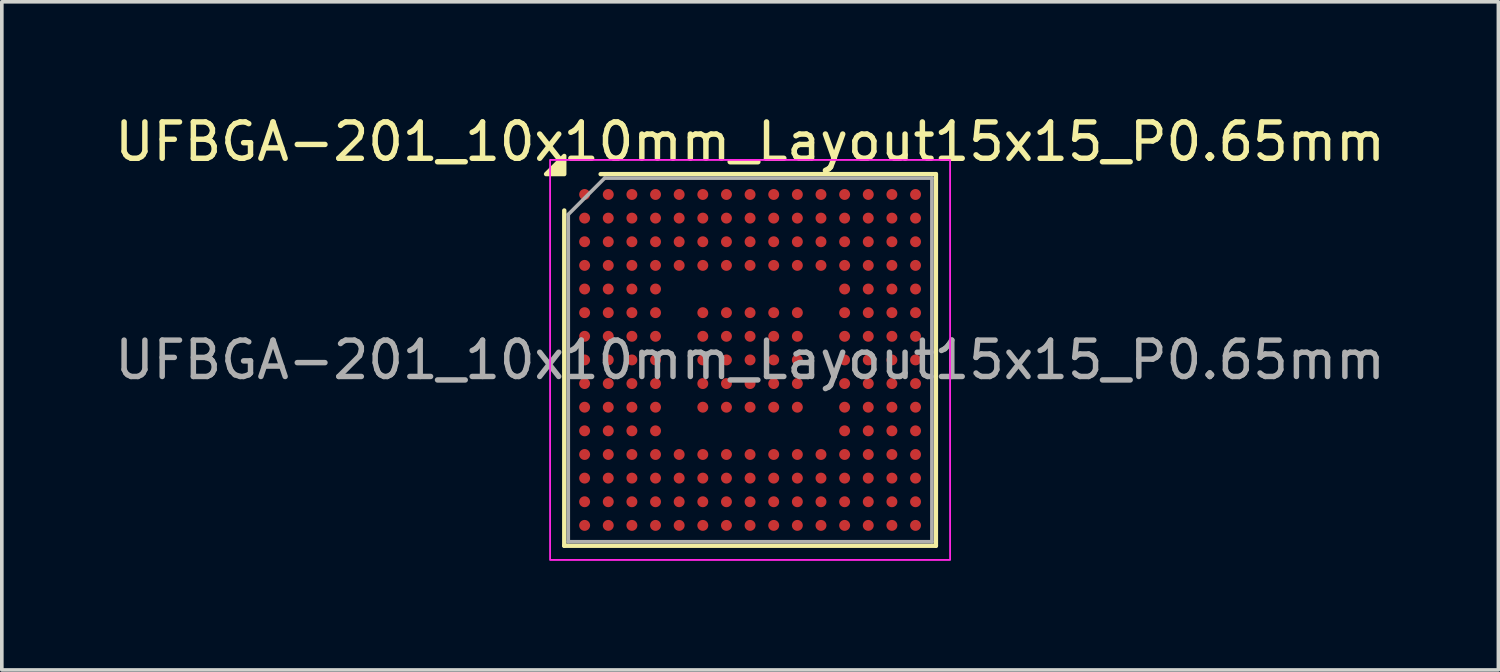
<source format=kicad_pcb>
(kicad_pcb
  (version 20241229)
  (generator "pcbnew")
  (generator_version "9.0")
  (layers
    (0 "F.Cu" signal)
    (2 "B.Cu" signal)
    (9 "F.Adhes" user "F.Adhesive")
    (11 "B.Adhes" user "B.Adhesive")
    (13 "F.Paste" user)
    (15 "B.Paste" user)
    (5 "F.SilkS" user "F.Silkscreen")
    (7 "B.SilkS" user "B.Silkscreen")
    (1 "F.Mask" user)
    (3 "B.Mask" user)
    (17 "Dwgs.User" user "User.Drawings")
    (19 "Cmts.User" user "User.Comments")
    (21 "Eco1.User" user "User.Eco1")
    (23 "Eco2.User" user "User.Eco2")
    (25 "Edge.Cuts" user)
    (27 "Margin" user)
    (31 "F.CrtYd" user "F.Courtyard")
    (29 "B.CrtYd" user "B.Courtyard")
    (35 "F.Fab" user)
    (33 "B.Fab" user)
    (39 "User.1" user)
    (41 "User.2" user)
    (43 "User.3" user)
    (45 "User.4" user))
  (footprint "UFBGA-201_10x10mm_Layout15x15_P0.65mm"
    (layer "F.Cu")
    (at 17.577 6.848)
    (property "Reference" "UFBGA-201_10x10mm_Layout15x15_P0.65mm" (at 0 -6 0) (layer "F.SilkS") (effects (font (size 1 1) (thickness 0.15))))
    (attr smd)
    (fp_line (start -5.11 5.11) (end -5.11 -4.11) (stroke (width 0.12) (type solid)) (layer "F.SilkS"))
    (fp_line (start -4.11 -5.11) (end 5.11 -5.11) (stroke (width 0.12) (type solid)) (layer "F.SilkS"))
    (fp_line (start 5.11 -5.11) (end 5.11 5.11) (stroke (width 0.12) (type solid)) (layer "F.SilkS"))
    (fp_line (start 5.11 5.11) (end -5.11 5.11) (stroke (width 0.12) (type solid)) (layer "F.SilkS"))
    (fp_poly (pts (xy -5.11 -5.11) (xy -5.61 -5.11) (xy -5.11 -5.61) (xy -5.11 -5.11)) (stroke (width 0.12) (type solid)) (fill yes) (layer "F.SilkS"))
    (fp_rect (start -5.5 -5.5) (end 5.5 5.5) (stroke (width 0.05) (type default)) (fill no) (layer "F.CrtYd"))
    (fp_line (start -5 -4) (end -4 -5) (stroke (width 0.1) (type solid)) (layer "F.Fab"))
    (fp_line (start -5 5) (end -5 -4) (stroke (width 0.1) (type solid)) (layer "F.Fab"))
    (fp_line (start -4 -5) (end 5 -5) (stroke (width 0.1) (type solid)) (layer "F.Fab"))
    (fp_line (start 5 -5) (end 5 5) (stroke (width 0.1) (type solid)) (layer "F.Fab"))
    (fp_line (start 5 5) (end -5 5) (stroke (width 0.1) (type solid)) (layer "F.Fab"))
    (fp_text user "${REFERENCE}" (at 0 0 0) (layer "F.Fab") (effects (font (size 1 1) (thickness 0.15))))
    (pad "A1" smd circle (at -4.55 -4.55) (size 0.3 0.3) (property pad_prop_bga) (layers "F.Cu" "F.Mask" "F.Paste"))
    (pad "A2" smd circle (at -3.9 -4.55) (size 0.3 0.3) (property pad_prop_bga) (layers "F.Cu" "F.Mask" "F.Paste"))
    (pad "A3" smd circle (at -3.25 -4.55) (size 0.3 0.3) (property pad_prop_bga) (layers "F.Cu" "F.Mask" "F.Paste"))
    (pad "A4" smd circle (at -2.6 -4.55) (size 0.3 0.3) (property pad_prop_bga) (layers "F.Cu" "F.Mask" "F.Paste"))
    (pad "A5" smd circle (at -1.95 -4.55) (size 0.3 0.3) (property pad_prop_bga) (layers "F.Cu" "F.Mask" "F.Paste"))
    (pad "A6" smd circle (at -1.3 -4.55) (size 0.3 0.3) (property pad_prop_bga) (layers "F.Cu" "F.Mask" "F.Paste"))
    (pad "A7" smd circle (at -0.65 -4.55) (size 0.3 0.3) (property pad_prop_bga) (layers "F.Cu" "F.Mask" "F.Paste"))
    (pad "A8" smd circle (at 0 -4.55) (size 0.3 0.3) (property pad_prop_bga) (layers "F.Cu" "F.Mask" "F.Paste"))
    (pad "A9" smd circle (at 0.65 -4.55) (size 0.3 0.3) (property pad_prop_bga) (layers "F.Cu" "F.Mask" "F.Paste"))
    (pad "A10" smd circle (at 1.3 -4.55) (size 0.3 0.3) (property pad_prop_bga) (layers "F.Cu" "F.Mask" "F.Paste"))
    (pad "A11" smd circle (at 1.95 -4.55) (size 0.3 0.3) (property pad_prop_bga) (layers "F.Cu" "F.Mask" "F.Paste"))
    (pad "A12" smd circle (at 2.6 -4.55) (size 0.3 0.3) (property pad_prop_bga) (layers "F.Cu" "F.Mask" "F.Paste"))
    (pad "A13" smd circle (at 3.25 -4.55) (size 0.3 0.3) (property pad_prop_bga) (layers "F.Cu" "F.Mask" "F.Paste"))
    (pad "A14" smd circle (at 3.9 -4.55) (size 0.3 0.3) (property pad_prop_bga) (layers "F.Cu" "F.Mask" "F.Paste"))
    (pad "A15" smd circle (at 4.55 -4.55) (size 0.3 0.3) (property pad_prop_bga) (layers "F.Cu" "F.Mask" "F.Paste"))
    (pad "B1" smd circle (at -4.55 -3.9) (size 0.3 0.3) (property pad_prop_bga) (layers "F.Cu" "F.Mask" "F.Paste"))
    (pad "B2" smd circle (at -3.9 -3.9) (size 0.3 0.3) (property pad_prop_bga) (layers "F.Cu" "F.Mask" "F.Paste"))
    (pad "B3" smd circle (at -3.25 -3.9) (size 0.3 0.3) (property pad_prop_bga) (layers "F.Cu" "F.Mask" "F.Paste"))
    (pad "B4" smd circle (at -2.6 -3.9) (size 0.3 0.3) (property pad_prop_bga) (layers "F.Cu" "F.Mask" "F.Paste"))
    (pad "B5" smd circle (at -1.95 -3.9) (size 0.3 0.3) (property pad_prop_bga) (layers "F.Cu" "F.Mask" "F.Paste"))
    (pad "B6" smd circle (at -1.3 -3.9) (size 0.3 0.3) (property pad_prop_bga) (layers "F.Cu" "F.Mask" "F.Paste"))
    (pad "B7" smd circle (at -0.65 -3.9) (size 0.3 0.3) (property pad_prop_bga) (layers "F.Cu" "F.Mask" "F.Paste"))
    (pad "B8" smd circle (at 0 -3.9) (size 0.3 0.3) (property pad_prop_bga) (layers "F.Cu" "F.Mask" "F.Paste"))
    (pad "B9" smd circle (at 0.65 -3.9) (size 0.3 0.3) (property pad_prop_bga) (layers "F.Cu" "F.Mask" "F.Paste"))
    (pad "B10" smd circle (at 1.3 -3.9) (size 0.3 0.3) (property pad_prop_bga) (layers "F.Cu" "F.Mask" "F.Paste"))
    (pad "B11" smd circle (at 1.95 -3.9) (size 0.3 0.3) (property pad_prop_bga) (layers "F.Cu" "F.Mask" "F.Paste"))
    (pad "B12" smd circle (at 2.6 -3.9) (size 0.3 0.3) (property pad_prop_bga) (layers "F.Cu" "F.Mask" "F.Paste"))
    (pad "B13" smd circle (at 3.25 -3.9) (size 0.3 0.3) (property pad_prop_bga) (layers "F.Cu" "F.Mask" "F.Paste"))
    (pad "B14" smd circle (at 3.9 -3.9) (size 0.3 0.3) (property pad_prop_bga) (layers "F.Cu" "F.Mask" "F.Paste"))
    (pad "B15" smd circle (at 4.55 -3.9) (size 0.3 0.3) (property pad_prop_bga) (layers "F.Cu" "F.Mask" "F.Paste"))
    (pad "C1" smd circle (at -4.55 -3.25) (size 0.3 0.3) (property pad_prop_bga) (layers "F.Cu" "F.Mask" "F.Paste"))
    (pad "C2" smd circle (at -3.9 -3.25) (size 0.3 0.3) (property pad_prop_bga) (layers "F.Cu" "F.Mask" "F.Paste"))
    (pad "C3" smd circle (at -3.25 -3.25) (size 0.3 0.3) (property pad_prop_bga) (layers "F.Cu" "F.Mask" "F.Paste"))
    (pad "C4" smd circle (at -2.6 -3.25) (size 0.3 0.3) (property pad_prop_bga) (layers "F.Cu" "F.Mask" "F.Paste"))
    (pad "C5" smd circle (at -1.95 -3.25) (size 0.3 0.3) (property pad_prop_bga) (layers "F.Cu" "F.Mask" "F.Paste"))
    (pad "C6" smd circle (at -1.3 -3.25) (size 0.3 0.3) (property pad_prop_bga) (layers "F.Cu" "F.Mask" "F.Paste"))
    (pad "C7" smd circle (at -0.65 -3.25) (size 0.3 0.3) (property pad_prop_bga) (layers "F.Cu" "F.Mask" "F.Paste"))
    (pad "C8" smd circle (at 0 -3.25) (size 0.3 0.3) (property pad_prop_bga) (layers "F.Cu" "F.Mask" "F.Paste"))
    (pad "C9" smd circle (at 0.65 -3.25) (size 0.3 0.3) (property pad_prop_bga) (layers "F.Cu" "F.Mask" "F.Paste"))
    (pad "C10" smd circle (at 1.3 -3.25) (size 0.3 0.3) (property pad_prop_bga) (layers "F.Cu" "F.Mask" "F.Paste"))
    (pad "C11" smd circle (at 1.95 -3.25) (size 0.3 0.3) (property pad_prop_bga) (layers "F.Cu" "F.Mask" "F.Paste"))
    (pad "C12" smd circle (at 2.6 -3.25) (size 0.3 0.3) (property pad_prop_bga) (layers "F.Cu" "F.Mask" "F.Paste"))
    (pad "C13" smd circle (at 3.25 -3.25) (size 0.3 0.3) (property pad_prop_bga) (layers "F.Cu" "F.Mask" "F.Paste"))
    (pad "C14" smd circle (at 3.9 -3.25) (size 0.3 0.3) (property pad_prop_bga) (layers "F.Cu" "F.Mask" "F.Paste"))
    (pad "C15" smd circle (at 4.55 -3.25) (size 0.3 0.3) (property pad_prop_bga) (layers "F.Cu" "F.Mask" "F.Paste"))
    (pad "D1" smd circle (at -4.55 -2.6) (size 0.3 0.3) (property pad_prop_bga) (layers "F.Cu" "F.Mask" "F.Paste"))
    (pad "D2" smd circle (at -3.9 -2.6) (size 0.3 0.3) (property pad_prop_bga) (layers "F.Cu" "F.Mask" "F.Paste"))
    (pad "D3" smd circle (at -3.25 -2.6) (size 0.3 0.3) (property pad_prop_bga) (layers "F.Cu" "F.Mask" "F.Paste"))
    (pad "D4" smd circle (at -2.6 -2.6) (size 0.3 0.3) (property pad_prop_bga) (layers "F.Cu" "F.Mask" "F.Paste"))
    (pad "D5" smd circle (at -1.95 -2.6) (size 0.3 0.3) (property pad_prop_bga) (layers "F.Cu" "F.Mask" "F.Paste"))
    (pad "D6" smd circle (at -1.3 -2.6) (size 0.3 0.3) (property pad_prop_bga) (layers "F.Cu" "F.Mask" "F.Paste"))
    (pad "D7" smd circle (at -0.65 -2.6) (size 0.3 0.3) (property pad_prop_bga) (layers "F.Cu" "F.Mask" "F.Paste"))
    (pad "D8" smd circle (at 0 -2.6) (size 0.3 0.3) (property pad_prop_bga) (layers "F.Cu" "F.Mask" "F.Paste"))
    (pad "D9" smd circle (at 0.65 -2.6) (size 0.3 0.3) (property pad_prop_bga) (layers "F.Cu" "F.Mask" "F.Paste"))
    (pad "D10" smd circle (at 1.3 -2.6) (size 0.3 0.3) (property pad_prop_bga) (layers "F.Cu" "F.Mask" "F.Paste"))
    (pad "D11" smd circle (at 1.95 -2.6) (size 0.3 0.3) (property pad_prop_bga) (layers "F.Cu" "F.Mask" "F.Paste"))
    (pad "D12" smd circle (at 2.6 -2.6) (size 0.3 0.3) (property pad_prop_bga) (layers "F.Cu" "F.Mask" "F.Paste"))
    (pad "D13" smd circle (at 3.25 -2.6) (size 0.3 0.3) (property pad_prop_bga) (layers "F.Cu" "F.Mask" "F.Paste"))
    (pad "D14" smd circle (at 3.9 -2.6) (size 0.3 0.3) (property pad_prop_bga) (layers "F.Cu" "F.Mask" "F.Paste"))
    (pad "D15" smd circle (at 4.55 -2.6) (size 0.3 0.3) (property pad_prop_bga) (layers "F.Cu" "F.Mask" "F.Paste"))
    (pad "E1" smd circle (at -4.55 -1.95) (size 0.3 0.3) (property pad_prop_bga) (layers "F.Cu" "F.Mask" "F.Paste"))
    (pad "E2" smd circle (at -3.9 -1.95) (size 0.3 0.3) (property pad_prop_bga) (layers "F.Cu" "F.Mask" "F.Paste"))
    (pad "E3" smd circle (at -3.25 -1.95) (size 0.3 0.3) (property pad_prop_bga) (layers "F.Cu" "F.Mask" "F.Paste"))
    (pad "E4" smd circle (at -2.6 -1.95) (size 0.3 0.3) (property pad_prop_bga) (layers "F.Cu" "F.Mask" "F.Paste"))
    (pad "E12" smd circle (at 2.6 -1.95) (size 0.3 0.3) (property pad_prop_bga) (layers "F.Cu" "F.Mask" "F.Paste"))
    (pad "E13" smd circle (at 3.25 -1.95) (size 0.3 0.3) (property pad_prop_bga) (layers "F.Cu" "F.Mask" "F.Paste"))
    (pad "E14" smd circle (at 3.9 -1.95) (size 0.3 0.3) (property pad_prop_bga) (layers "F.Cu" "F.Mask" "F.Paste"))
    (pad "E15" smd circle (at 4.55 -1.95) (size 0.3 0.3) (property pad_prop_bga) (layers "F.Cu" "F.Mask" "F.Paste"))
    (pad "F1" smd circle (at -4.55 -1.3) (size 0.3 0.3) (property pad_prop_bga) (layers "F.Cu" "F.Mask" "F.Paste"))
    (pad "F2" smd circle (at -3.9 -1.3) (size 0.3 0.3) (property pad_prop_bga) (layers "F.Cu" "F.Mask" "F.Paste"))
    (pad "F3" smd circle (at -3.25 -1.3) (size 0.3 0.3) (property pad_prop_bga) (layers "F.Cu" "F.Mask" "F.Paste"))
    (pad "F4" smd circle (at -2.6 -1.3) (size 0.3 0.3) (property pad_prop_bga) (layers "F.Cu" "F.Mask" "F.Paste"))
    (pad "F6" smd circle (at -1.3 -1.3) (size 0.3 0.3) (property pad_prop_bga) (layers "F.Cu" "F.Mask" "F.Paste"))
    (pad "F7" smd circle (at -0.65 -1.3) (size 0.3 0.3) (property pad_prop_bga) (layers "F.Cu" "F.Mask" "F.Paste"))
    (pad "F8" smd circle (at 0 -1.3) (size 0.3 0.3) (property pad_prop_bga) (layers "F.Cu" "F.Mask" "F.Paste"))
    (pad "F9" smd circle (at 0.65 -1.3) (size 0.3 0.3) (property pad_prop_bga) (layers "F.Cu" "F.Mask" "F.Paste"))
    (pad "F10" smd circle (at 1.3 -1.3) (size 0.3 0.3) (property pad_prop_bga) (layers "F.Cu" "F.Mask" "F.Paste"))
    (pad "F12" smd circle (at 2.6 -1.3) (size 0.3 0.3) (property pad_prop_bga) (layers "F.Cu" "F.Mask" "F.Paste"))
    (pad "F13" smd circle (at 3.25 -1.3) (size 0.3 0.3) (property pad_prop_bga) (layers "F.Cu" "F.Mask" "F.Paste"))
    (pad "F14" smd circle (at 3.9 -1.3) (size 0.3 0.3) (property pad_prop_bga) (layers "F.Cu" "F.Mask" "F.Paste"))
    (pad "F15" smd circle (at 4.55 -1.3) (size 0.3 0.3) (property pad_prop_bga) (layers "F.Cu" "F.Mask" "F.Paste"))
    (pad "G1" smd circle (at -4.55 -0.65) (size 0.3 0.3) (property pad_prop_bga) (layers "F.Cu" "F.Mask" "F.Paste"))
    (pad "G2" smd circle (at -3.9 -0.65) (size 0.3 0.3) (property pad_prop_bga) (layers "F.Cu" "F.Mask" "F.Paste"))
    (pad "G3" smd circle (at -3.25 -0.65) (size 0.3 0.3) (property pad_prop_bga) (layers "F.Cu" "F.Mask" "F.Paste"))
    (pad "G4" smd circle (at -2.6 -0.65) (size 0.3 0.3) (property pad_prop_bga) (layers "F.Cu" "F.Mask" "F.Paste"))
    (pad "G6" smd circle (at -1.3 -0.65) (size 0.3 0.3) (property pad_prop_bga) (layers "F.Cu" "F.Mask" "F.Paste"))
    (pad "G7" smd circle (at -0.65 -0.65) (size 0.3 0.3) (property pad_prop_bga) (layers "F.Cu" "F.Mask" "F.Paste"))
    (pad "G8" smd circle (at 0 -0.65) (size 0.3 0.3) (property pad_prop_bga) (layers "F.Cu" "F.Mask" "F.Paste"))
    (pad "G9" smd circle (at 0.65 -0.65) (size 0.3 0.3) (property pad_prop_bga) (layers "F.Cu" "F.Mask" "F.Paste"))
    (pad "G10" smd circle (at 1.3 -0.65) (size 0.3 0.3) (property pad_prop_bga) (layers "F.Cu" "F.Mask" "F.Paste"))
    (pad "G12" smd circle (at 2.6 -0.65) (size 0.3 0.3) (property pad_prop_bga) (layers "F.Cu" "F.Mask" "F.Paste"))
    (pad "G13" smd circle (at 3.25 -0.65) (size 0.3 0.3) (property pad_prop_bga) (layers "F.Cu" "F.Mask" "F.Paste"))
    (pad "G14" smd circle (at 3.9 -0.65) (size 0.3 0.3) (property pad_prop_bga) (layers "F.Cu" "F.Mask" "F.Paste"))
    (pad "G15" smd circle (at 4.55 -0.65) (size 0.3 0.3) (property pad_prop_bga) (layers "F.Cu" "F.Mask" "F.Paste"))
    (pad "H1" smd circle (at -4.55 0) (size 0.3 0.3) (property pad_prop_bga) (layers "F.Cu" "F.Mask" "F.Paste"))
    (pad "H2" smd circle (at -3.9 0) (size 0.3 0.3) (property pad_prop_bga) (layers "F.Cu" "F.Mask" "F.Paste"))
    (pad "H3" smd circle (at -3.25 0) (size 0.3 0.3) (property pad_prop_bga) (layers "F.Cu" "F.Mask" "F.Paste"))
    (pad "H4" smd circle (at -2.6 0) (size 0.3 0.3) (property pad_prop_bga) (layers "F.Cu" "F.Mask" "F.Paste"))
    (pad "H6" smd circle (at -1.3 0) (size 0.3 0.3) (property pad_prop_bga) (layers "F.Cu" "F.Mask" "F.Paste"))
    (pad "H7" smd circle (at -0.65 0) (size 0.3 0.3) (property pad_prop_bga) (layers "F.Cu" "F.Mask" "F.Paste"))
    (pad "H8" smd circle (at 0 0) (size 0.3 0.3) (property pad_prop_bga) (layers "F.Cu" "F.Mask" "F.Paste"))
    (pad "H9" smd circle (at 0.65 0) (size 0.3 0.3) (property pad_prop_bga) (layers "F.Cu" "F.Mask" "F.Paste"))
    (pad "H10" smd circle (at 1.3 0) (size 0.3 0.3) (property pad_prop_bga) (layers "F.Cu" "F.Mask" "F.Paste"))
    (pad "H12" smd circle (at 2.6 0) (size 0.3 0.3) (property pad_prop_bga) (layers "F.Cu" "F.Mask" "F.Paste"))
    (pad "H13" smd circle (at 3.25 0) (size 0.3 0.3) (property pad_prop_bga) (layers "F.Cu" "F.Mask" "F.Paste"))
    (pad "H14" smd circle (at 3.9 0) (size 0.3 0.3) (property pad_prop_bga) (layers "F.Cu" "F.Mask" "F.Paste"))
    (pad "H15" smd circle (at 4.55 0) (size 0.3 0.3) (property pad_prop_bga) (layers "F.Cu" "F.Mask" "F.Paste"))
    (pad "J1" smd circle (at -4.55 0.65) (size 0.3 0.3) (property pad_prop_bga) (layers "F.Cu" "F.Mask" "F.Paste"))
    (pad "J2" smd circle (at -3.9 0.65) (size 0.3 0.3) (property pad_prop_bga) (layers "F.Cu" "F.Mask" "F.Paste"))
    (pad "J3" smd circle (at -3.25 0.65) (size 0.3 0.3) (property pad_prop_bga) (layers "F.Cu" "F.Mask" "F.Paste"))
    (pad "J4" smd circle (at -2.6 0.65) (size 0.3 0.3) (property pad_prop_bga) (layers "F.Cu" "F.Mask" "F.Paste"))
    (pad "J6" smd circle (at -1.3 0.65) (size 0.3 0.3) (property pad_prop_bga) (layers "F.Cu" "F.Mask" "F.Paste"))
    (pad "J7" smd circle (at -0.65 0.65) (size 0.3 0.3) (property pad_prop_bga) (layers "F.Cu" "F.Mask" "F.Paste"))
    (pad "J8" smd circle (at 0 0.65) (size 0.3 0.3) (property pad_prop_bga) (layers "F.Cu" "F.Mask" "F.Paste"))
    (pad "J9" smd circle (at 0.65 0.65) (size 0.3 0.3) (property pad_prop_bga) (layers "F.Cu" "F.Mask" "F.Paste"))
    (pad "J10" smd circle (at 1.3 0.65) (size 0.3 0.3) (property pad_prop_bga) (layers "F.Cu" "F.Mask" "F.Paste"))
    (pad "J12" smd circle (at 2.6 0.65) (size 0.3 0.3) (property pad_prop_bga) (layers "F.Cu" "F.Mask" "F.Paste"))
    (pad "J13" smd circle (at 3.25 0.65) (size 0.3 0.3) (property pad_prop_bga) (layers "F.Cu" "F.Mask" "F.Paste"))
    (pad "J14" smd circle (at 3.9 0.65) (size 0.3 0.3) (property pad_prop_bga) (layers "F.Cu" "F.Mask" "F.Paste"))
    (pad "J15" smd circle (at 4.55 0.65) (size 0.3 0.3) (property pad_prop_bga) (layers "F.Cu" "F.Mask" "F.Paste"))
    (pad "K1" smd circle (at -4.55 1.3) (size 0.3 0.3) (property pad_prop_bga) (layers "F.Cu" "F.Mask" "F.Paste"))
    (pad "K2" smd circle (at -3.9 1.3) (size 0.3 0.3) (property pad_prop_bga) (layers "F.Cu" "F.Mask" "F.Paste"))
    (pad "K3" smd circle (at -3.25 1.3) (size 0.3 0.3) (property pad_prop_bga) (layers "F.Cu" "F.Mask" "F.Paste"))
    (pad "K4" smd circle (at -2.6 1.3) (size 0.3 0.3) (property pad_prop_bga) (layers "F.Cu" "F.Mask" "F.Paste"))
    (pad "K6" smd circle (at -1.3 1.3) (size 0.3 0.3) (property pad_prop_bga) (layers "F.Cu" "F.Mask" "F.Paste"))
    (pad "K7" smd circle (at -0.65 1.3) (size 0.3 0.3) (property pad_prop_bga) (layers "F.Cu" "F.Mask" "F.Paste"))
    (pad "K8" smd circle (at 0 1.3) (size 0.3 0.3) (property pad_prop_bga) (layers "F.Cu" "F.Mask" "F.Paste"))
    (pad "K9" smd circle (at 0.65 1.3) (size 0.3 0.3) (property pad_prop_bga) (layers "F.Cu" "F.Mask" "F.Paste"))
    (pad "K10" smd circle (at 1.3 1.3) (size 0.3 0.3) (property pad_prop_bga) (layers "F.Cu" "F.Mask" "F.Paste"))
    (pad "K12" smd circle (at 2.6 1.3) (size 0.3 0.3) (property pad_prop_bga) (layers "F.Cu" "F.Mask" "F.Paste"))
    (pad "K13" smd circle (at 3.25 1.3) (size 0.3 0.3) (property pad_prop_bga) (layers "F.Cu" "F.Mask" "F.Paste"))
    (pad "K14" smd circle (at 3.9 1.3) (size 0.3 0.3) (property pad_prop_bga) (layers "F.Cu" "F.Mask" "F.Paste"))
    (pad "K15" smd circle (at 4.55 1.3) (size 0.3 0.3) (property pad_prop_bga) (layers "F.Cu" "F.Mask" "F.Paste"))
    (pad "L1" smd circle (at -4.55 1.95) (size 0.3 0.3) (property pad_prop_bga) (layers "F.Cu" "F.Mask" "F.Paste"))
    (pad "L2" smd circle (at -3.9 1.95) (size 0.3 0.3) (property pad_prop_bga) (layers "F.Cu" "F.Mask" "F.Paste"))
    (pad "L3" smd circle (at -3.25 1.95) (size 0.3 0.3) (property pad_prop_bga) (layers "F.Cu" "F.Mask" "F.Paste"))
    (pad "L4" smd circle (at -2.6 1.95) (size 0.3 0.3) (property pad_prop_bga) (layers "F.Cu" "F.Mask" "F.Paste"))
    (pad "L12" smd circle (at 2.6 1.95) (size 0.3 0.3) (property pad_prop_bga) (layers "F.Cu" "F.Mask" "F.Paste"))
    (pad "L13" smd circle (at 3.25 1.95) (size 0.3 0.3) (property pad_prop_bga) (layers "F.Cu" "F.Mask" "F.Paste"))
    (pad "L14" smd circle (at 3.9 1.95) (size 0.3 0.3) (property pad_prop_bga) (layers "F.Cu" "F.Mask" "F.Paste"))
    (pad "L15" smd circle (at 4.55 1.95) (size 0.3 0.3) (property pad_prop_bga) (layers "F.Cu" "F.Mask" "F.Paste"))
    (pad "M1" smd circle (at -4.55 2.6) (size 0.3 0.3) (property pad_prop_bga) (layers "F.Cu" "F.Mask" "F.Paste"))
    (pad "M2" smd circle (at -3.9 2.6) (size 0.3 0.3) (property pad_prop_bga) (layers "F.Cu" "F.Mask" "F.Paste"))
    (pad "M3" smd circle (at -3.25 2.6) (size 0.3 0.3) (property pad_prop_bga) (layers "F.Cu" "F.Mask" "F.Paste"))
    (pad "M4" smd circle (at -2.6 2.6) (size 0.3 0.3) (property pad_prop_bga) (layers "F.Cu" "F.Mask" "F.Paste"))
    (pad "M5" smd circle (at -1.95 2.6) (size 0.3 0.3) (property pad_prop_bga) (layers "F.Cu" "F.Mask" "F.Paste"))
    (pad "M6" smd circle (at -1.3 2.6) (size 0.3 0.3) (property pad_prop_bga) (layers "F.Cu" "F.Mask" "F.Paste"))
    (pad "M7" smd circle (at -0.65 2.6) (size 0.3 0.3) (property pad_prop_bga) (layers "F.Cu" "F.Mask" "F.Paste"))
    (pad "M8" smd circle (at 0 2.6) (size 0.3 0.3) (property pad_prop_bga) (layers "F.Cu" "F.Mask" "F.Paste"))
    (pad "M9" smd circle (at 0.65 2.6) (size 0.3 0.3) (property pad_prop_bga) (layers "F.Cu" "F.Mask" "F.Paste"))
    (pad "M10" smd circle (at 1.3 2.6) (size 0.3 0.3) (property pad_prop_bga) (layers "F.Cu" "F.Mask" "F.Paste"))
    (pad "M11" smd circle (at 1.95 2.6) (size 0.3 0.3) (property pad_prop_bga) (layers "F.Cu" "F.Mask" "F.Paste"))
    (pad "M12" smd circle (at 2.6 2.6) (size 0.3 0.3) (property pad_prop_bga) (layers "F.Cu" "F.Mask" "F.Paste"))
    (pad "M13" smd circle (at 3.25 2.6) (size 0.3 0.3) (property pad_prop_bga) (layers "F.Cu" "F.Mask" "F.Paste"))
    (pad "M14" smd circle (at 3.9 2.6) (size 0.3 0.3) (property pad_prop_bga) (layers "F.Cu" "F.Mask" "F.Paste"))
    (pad "M15" smd circle (at 4.55 2.6) (size 0.3 0.3) (property pad_prop_bga) (layers "F.Cu" "F.Mask" "F.Paste"))
    (pad "N1" smd circle (at -4.55 3.25) (size 0.3 0.3) (property pad_prop_bga) (layers "F.Cu" "F.Mask" "F.Paste"))
    (pad "N2" smd circle (at -3.9 3.25) (size 0.3 0.3) (property pad_prop_bga) (layers "F.Cu" "F.Mask" "F.Paste"))
    (pad "N3" smd circle (at -3.25 3.25) (size 0.3 0.3) (property pad_prop_bga) (layers "F.Cu" "F.Mask" "F.Paste"))
    (pad "N4" smd circle (at -2.6 3.25) (size 0.3 0.3) (property pad_prop_bga) (layers "F.Cu" "F.Mask" "F.Paste"))
    (pad "N5" smd circle (at -1.95 3.25) (size 0.3 0.3) (property pad_prop_bga) (layers "F.Cu" "F.Mask" "F.Paste"))
    (pad "N6" smd circle (at -1.3 3.25) (size 0.3 0.3) (property pad_prop_bga) (layers "F.Cu" "F.Mask" "F.Paste"))
    (pad "N7" smd circle (at -0.65 3.25) (size 0.3 0.3) (property pad_prop_bga) (layers "F.Cu" "F.Mask" "F.Paste"))
    (pad "N8" smd circle (at 0 3.25) (size 0.3 0.3) (property pad_prop_bga) (layers "F.Cu" "F.Mask" "F.Paste"))
    (pad "N9" smd circle (at 0.65 3.25) (size 0.3 0.3) (property pad_prop_bga) (layers "F.Cu" "F.Mask" "F.Paste"))
    (pad "N10" smd circle (at 1.3 3.25) (size 0.3 0.3) (property pad_prop_bga) (layers "F.Cu" "F.Mask" "F.Paste"))
    (pad "N11" smd circle (at 1.95 3.25) (size 0.3 0.3) (property pad_prop_bga) (layers "F.Cu" "F.Mask" "F.Paste"))
    (pad "N12" smd circle (at 2.6 3.25) (size 0.3 0.3) (property pad_prop_bga) (layers "F.Cu" "F.Mask" "F.Paste"))
    (pad "N13" smd circle (at 3.25 3.25) (size 0.3 0.3) (property pad_prop_bga) (layers "F.Cu" "F.Mask" "F.Paste"))
    (pad "N14" smd circle (at 3.9 3.25) (size 0.3 0.3) (property pad_prop_bga) (layers "F.Cu" "F.Mask" "F.Paste"))
    (pad "N15" smd circle (at 4.55 3.25) (size 0.3 0.3) (property pad_prop_bga) (layers "F.Cu" "F.Mask" "F.Paste"))
    (pad "P1" smd circle (at -4.55 3.9) (size 0.3 0.3) (property pad_prop_bga) (layers "F.Cu" "F.Mask" "F.Paste"))
    (pad "P2" smd circle (at -3.9 3.9) (size 0.3 0.3) (property pad_prop_bga) (layers "F.Cu" "F.Mask" "F.Paste"))
    (pad "P3" smd circle (at -3.25 3.9) (size 0.3 0.3) (property pad_prop_bga) (layers "F.Cu" "F.Mask" "F.Paste"))
    (pad "P4" smd circle (at -2.6 3.9) (size 0.3 0.3) (property pad_prop_bga) (layers "F.Cu" "F.Mask" "F.Paste"))
    (pad "P5" smd circle (at -1.95 3.9) (size 0.3 0.3) (property pad_prop_bga) (layers "F.Cu" "F.Mask" "F.Paste"))
    (pad "P6" smd circle (at -1.3 3.9) (size 0.3 0.3) (property pad_prop_bga) (layers "F.Cu" "F.Mask" "F.Paste"))
    (pad "P7" smd circle (at -0.65 3.9) (size 0.3 0.3) (property pad_prop_bga) (layers "F.Cu" "F.Mask" "F.Paste"))
    (pad "P8" smd circle (at 0 3.9) (size 0.3 0.3) (property pad_prop_bga) (layers "F.Cu" "F.Mask" "F.Paste"))
    (pad "P9" smd circle (at 0.65 3.9) (size 0.3 0.3) (property pad_prop_bga) (layers "F.Cu" "F.Mask" "F.Paste"))
    (pad "P10" smd circle (at 1.3 3.9) (size 0.3 0.3) (property pad_prop_bga) (layers "F.Cu" "F.Mask" "F.Paste"))
    (pad "P11" smd circle (at 1.95 3.9) (size 0.3 0.3) (property pad_prop_bga) (layers "F.Cu" "F.Mask" "F.Paste"))
    (pad "P12" smd circle (at 2.6 3.9) (size 0.3 0.3) (property pad_prop_bga) (layers "F.Cu" "F.Mask" "F.Paste"))
    (pad "P13" smd circle (at 3.25 3.9) (size 0.3 0.3) (property pad_prop_bga) (layers "F.Cu" "F.Mask" "F.Paste"))
    (pad "P14" smd circle (at 3.9 3.9) (size 0.3 0.3) (property pad_prop_bga) (layers "F.Cu" "F.Mask" "F.Paste"))
    (pad "P15" smd circle (at 4.55 3.9) (size 0.3 0.3) (property pad_prop_bga) (layers "F.Cu" "F.Mask" "F.Paste"))
    (pad "R1" smd circle (at -4.55 4.55) (size 0.3 0.3) (property pad_prop_bga) (layers "F.Cu" "F.Mask" "F.Paste"))
    (pad "R2" smd circle (at -3.9 4.55) (size 0.3 0.3) (property pad_prop_bga) (layers "F.Cu" "F.Mask" "F.Paste"))
    (pad "R3" smd circle (at -3.25 4.55) (size 0.3 0.3) (property pad_prop_bga) (layers "F.Cu" "F.Mask" "F.Paste"))
    (pad "R4" smd circle (at -2.6 4.55) (size 0.3 0.3) (property pad_prop_bga) (layers "F.Cu" "F.Mask" "F.Paste"))
    (pad "R5" smd circle (at -1.95 4.55) (size 0.3 0.3) (property pad_prop_bga) (layers "F.Cu" "F.Mask" "F.Paste"))
    (pad "R6" smd circle (at -1.3 4.55) (size 0.3 0.3) (property pad_prop_bga) (layers "F.Cu" "F.Mask" "F.Paste"))
    (pad "R7" smd circle (at -0.65 4.55) (size 0.3 0.3) (property pad_prop_bga) (layers "F.Cu" "F.Mask" "F.Paste"))
    (pad "R8" smd circle (at 0 4.55) (size 0.3 0.3) (property pad_prop_bga) (layers "F.Cu" "F.Mask" "F.Paste"))
    (pad "R9" smd circle (at 0.65 4.55) (size 0.3 0.3) (property pad_prop_bga) (layers "F.Cu" "F.Mask" "F.Paste"))
    (pad "R10" smd circle (at 1.3 4.55) (size 0.3 0.3) (property pad_prop_bga) (layers "F.Cu" "F.Mask" "F.Paste"))
    (pad "R11" smd circle (at 1.95 4.55) (size 0.3 0.3) (property pad_prop_bga) (layers "F.Cu" "F.Mask" "F.Paste"))
    (pad "R12" smd circle (at 2.6 4.55) (size 0.3 0.3) (property pad_prop_bga) (layers "F.Cu" "F.Mask" "F.Paste"))
    (pad "R13" smd circle (at 3.25 4.55) (size 0.3 0.3) (property pad_prop_bga) (layers "F.Cu" "F.Mask" "F.Paste"))
    (pad "R14" smd circle (at 3.9 4.55) (size 0.3 0.3) (property pad_prop_bga) (layers "F.Cu" "F.Mask" "F.Paste"))
    (pad "R15" smd circle (at 4.55 4.55) (size 0.3 0.3) (property pad_prop_bga) (layers "F.Cu" "F.Mask" "F.Paste")))
  (gr_rect
    (start -3 -3)
    (end 38.155 15.373)
    (stroke (width 0.1) (type default))
    (fill no)
    (layer "Edge.Cuts")))
</source>
